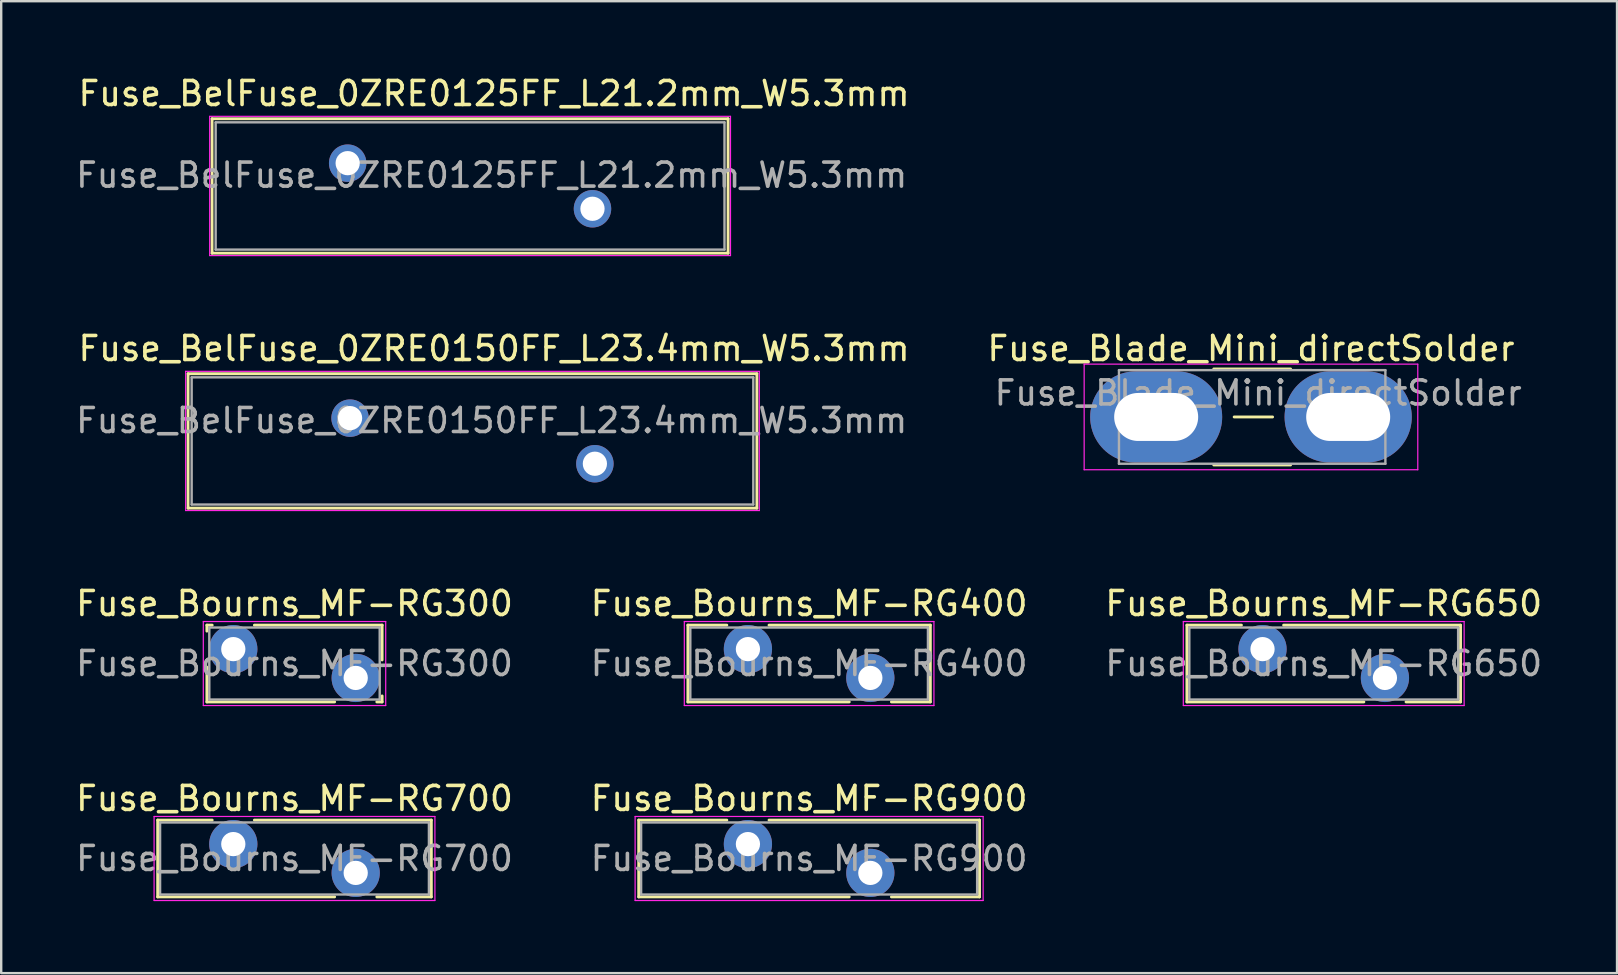
<source format=kicad_pcb>
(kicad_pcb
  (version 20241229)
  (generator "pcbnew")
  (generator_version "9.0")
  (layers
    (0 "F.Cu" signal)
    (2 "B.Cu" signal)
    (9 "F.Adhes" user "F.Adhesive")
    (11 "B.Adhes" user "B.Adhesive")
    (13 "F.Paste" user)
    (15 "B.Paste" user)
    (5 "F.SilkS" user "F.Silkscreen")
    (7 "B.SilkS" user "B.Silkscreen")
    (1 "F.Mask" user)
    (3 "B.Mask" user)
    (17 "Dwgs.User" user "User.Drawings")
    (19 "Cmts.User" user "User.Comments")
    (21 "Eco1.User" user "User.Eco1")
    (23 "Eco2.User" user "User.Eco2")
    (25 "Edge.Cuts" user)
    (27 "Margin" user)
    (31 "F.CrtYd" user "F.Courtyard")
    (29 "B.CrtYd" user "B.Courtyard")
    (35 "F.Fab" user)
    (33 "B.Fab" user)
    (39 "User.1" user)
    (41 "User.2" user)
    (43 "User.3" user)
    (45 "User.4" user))
  (footprint "Fuse_BelFuse_0ZRE0125FF_L21.2mm_W5.3mm"
    (layer "F.Cu")
    (at 11.435 3.748)
    (property "Reference" "Fuse_BelFuse_0ZRE0125FF_L21.2mm_W5.3mm" (at 6.1 -2.9 0) (layer "F.SilkS") (effects (font (size 1 1) (thickness 0.15))))
    (attr through_hole)
    (fp_line (start -5.65 -1.85) (end -5.65 3.75) (stroke (width 0.12) (type solid)) (layer "F.SilkS"))
    (fp_line (start -5.65 -1.85) (end 15.85 -1.85) (stroke (width 0.12) (type solid)) (layer "F.SilkS"))
    (fp_line (start -5.65 3.75) (end 15.85 3.75) (stroke (width 0.12) (type solid)) (layer "F.SilkS"))
    (fp_line (start 15.85 -1.85) (end 15.85 3.75) (stroke (width 0.12) (type solid)) (layer "F.SilkS"))
    (fp_line (start -5.75 -1.95) (end -5.75 3.85) (stroke (width 0.05) (type solid)) (layer "F.CrtYd"))
    (fp_line (start -5.75 -1.95) (end 15.95 -1.95) (stroke (width 0.05) (type solid)) (layer "F.CrtYd"))
    (fp_line (start -5.75 3.85) (end 15.95 3.85) (stroke (width 0.05) (type solid)) (layer "F.CrtYd"))
    (fp_line (start 15.95 -1.95) (end 15.95 3.85) (stroke (width 0.05) (type solid)) (layer "F.CrtYd"))
    (fp_line (start -5.5 -1.7) (end -5.5 3.6) (stroke (width 0.1) (type solid)) (layer "F.Fab"))
    (fp_line (start -5.5 -1.7) (end 15.7 -1.7) (stroke (width 0.1) (type solid)) (layer "F.Fab"))
    (fp_line (start -5.5 3.6) (end 15.7 3.6) (stroke (width 0.1) (type solid)) (layer "F.Fab"))
    (fp_line (start 15.7 -1.7) (end 15.7 3.6) (stroke (width 0.1) (type solid)) (layer "F.Fab"))
    (fp_text user "${REFERENCE}" (at 6 0.5 0) (layer "F.Fab") (effects (font (size 1 1) (thickness 0.15))))
    (pad "1" thru_hole circle (at 0 0) (size 1.56 1.56) (drill 1.01) (layers "*.Cu" "*.Mask"))
    (pad "2" thru_hole circle (at 10.2 1.9) (size 1.56 1.56) (drill 1.01) (layers "*.Cu" "*.Mask")))
  (footprint "Fuse_Bourns_MF-RG900"
    (layer "F.Cu")
    (at 28.111 32.118)
    (property "Reference" "Fuse_Bourns_MF-RG900" (at 2.55 -1.9 0) (layer "F.SilkS") (effects (font (size 1 1) (thickness 0.15))))
    (attr through_hole)
    (fp_line (start -4.55 -1) (end -4.55 2.2) (stroke (width 0.12) (type solid)) (layer "F.SilkS"))
    (fp_line (start -4.55 -1) (end -0.879 -1) (stroke (width 0.12) (type solid)) (layer "F.SilkS"))
    (fp_line (start -4.55 2.2) (end 4.222 2.2) (stroke (width 0.12) (type solid)) (layer "F.SilkS"))
    (fp_line (start 0.879 -1) (end 9.65 -1) (stroke (width 0.12) (type solid)) (layer "F.SilkS"))
    (fp_line (start 5.979 2.2) (end 9.65 2.2) (stroke (width 0.12) (type solid)) (layer "F.SilkS"))
    (fp_line (start 9.65 -1) (end 9.65 2.2) (stroke (width 0.12) (type solid)) (layer "F.SilkS"))
    (fp_line (start -4.7 -1.15) (end -4.7 2.35) (stroke (width 0.05) (type solid)) (layer "F.CrtYd"))
    (fp_line (start -4.7 2.35) (end 9.8 2.35) (stroke (width 0.05) (type solid)) (layer "F.CrtYd"))
    (fp_line (start 9.8 -1.15) (end -4.7 -1.15) (stroke (width 0.05) (type solid)) (layer "F.CrtYd"))
    (fp_line (start 9.8 2.35) (end 9.8 -1.15) (stroke (width 0.05) (type solid)) (layer "F.CrtYd"))
    (fp_line (start -4.45 -0.9) (end -4.45 2.1) (stroke (width 0.1) (type solid)) (layer "F.Fab"))
    (fp_line (start -4.45 2.1) (end 9.55 2.1) (stroke (width 0.1) (type solid)) (layer "F.Fab"))
    (fp_line (start 9.55 -0.9) (end -4.45 -0.9) (stroke (width 0.1) (type solid)) (layer "F.Fab"))
    (fp_line (start 9.55 2.1) (end 9.55 -0.9) (stroke (width 0.1) (type solid)) (layer "F.Fab"))
    (fp_text user "${REFERENCE}" (at 2.55 0.6 0) (layer "F.Fab") (effects (font (size 1 1) (thickness 0.15))))
    (pad "1" thru_hole circle (at 0 0) (size 2.01 2.01) (drill 1.01) (layers "*.Cu" "*.Mask"))
    (pad "2" thru_hole circle (at 5.1 1.2) (size 2.01 2.01) (drill 1.01) (layers "*.Cu" "*.Mask")))
  (footprint "Fuse_Bourns_MF-RG400"
    (layer "F.Cu")
    (at 28.111 23.995)
    (property "Reference" "Fuse_Bourns_MF-RG400" (at 2.55 -1.9 0) (layer "F.SilkS") (effects (font (size 1 1) (thickness 0.15))))
    (attr through_hole)
    (fp_line (start -2.501 -1) (end -2.501 2.2) (stroke (width 0.12) (type solid)) (layer "F.SilkS"))
    (fp_line (start -2.501 -1) (end -0.879 -1) (stroke (width 0.12) (type solid)) (layer "F.SilkS"))
    (fp_line (start -2.501 2.2) (end 4.222 2.2) (stroke (width 0.12) (type solid)) (layer "F.SilkS"))
    (fp_line (start 0.879 -1) (end 7.6 -1) (stroke (width 0.12) (type solid)) (layer "F.SilkS"))
    (fp_line (start 5.979 2.2) (end 7.6 2.2) (stroke (width 0.12) (type solid)) (layer "F.SilkS"))
    (fp_line (start 7.6 -1) (end 7.6 2.2) (stroke (width 0.12) (type solid)) (layer "F.SilkS"))
    (fp_line (start -2.65 -1.15) (end -2.65 2.35) (stroke (width 0.05) (type solid)) (layer "F.CrtYd"))
    (fp_line (start -2.65 2.35) (end 7.75 2.35) (stroke (width 0.05) (type solid)) (layer "F.CrtYd"))
    (fp_line (start 7.75 -1.15) (end -2.65 -1.15) (stroke (width 0.05) (type solid)) (layer "F.CrtYd"))
    (fp_line (start 7.75 2.35) (end 7.75 -1.15) (stroke (width 0.05) (type solid)) (layer "F.CrtYd"))
    (fp_line (start -2.4 -0.9) (end -2.4 2.1) (stroke (width 0.1) (type solid)) (layer "F.Fab"))
    (fp_line (start -2.4 2.1) (end 7.5 2.1) (stroke (width 0.1) (type solid)) (layer "F.Fab"))
    (fp_line (start 7.5 -0.9) (end -2.4 -0.9) (stroke (width 0.1) (type solid)) (layer "F.Fab"))
    (fp_line (start 7.5 2.1) (end 7.5 -0.9) (stroke (width 0.1) (type solid)) (layer "F.Fab"))
    (fp_text user "${REFERENCE}" (at 2.55 0.6 0) (layer "F.Fab") (effects (font (size 1 1) (thickness 0.15))))
    (pad "1" thru_hole circle (at 0 0) (size 2.01 2.01) (drill 1.01) (layers "*.Cu" "*.Mask"))
    (pad "2" thru_hole circle (at 5.1 1.2) (size 2.01 2.01) (drill 1.01) (layers "*.Cu" "*.Mask")))
  (footprint "Fuse_Blade_Mini_directSolder"
    (layer "F.Cu")
    (at 45.12 14.322)
    (property "Reference" "Fuse_Blade_Mini_directSolder" (at 3.95 -2.85 0) (layer "F.SilkS") (effects (font (size 1 1) (thickness 0.15))))
    (attr through_hole)
    (fp_line (start 2.4 -2) (end 5.6 -2) (stroke (width 0.12) (type solid)) (layer "F.SilkS"))
    (fp_line (start 3.25 0) (end 4.85 0) (stroke (width 0.12) (type solid)) (layer "F.SilkS"))
    (fp_line (start 5.6 2) (end 2.4 2) (stroke (width 0.12) (type solid)) (layer "F.SilkS"))
    (fp_line (start -3 -2.2) (end -3 2.2) (stroke (width 0.05) (type solid)) (layer "F.CrtYd"))
    (fp_line (start -3 -2.2) (end 10.9 -2.2) (stroke (width 0.05) (type solid)) (layer "F.CrtYd"))
    (fp_line (start 10.9 2.2) (end -3 2.2) (stroke (width 0.05) (type solid)) (layer "F.CrtYd"))
    (fp_line (start 10.9 2.2) (end 10.9 -2.2) (stroke (width 0.05) (type solid)) (layer "F.CrtYd"))
    (fp_line (start -1.55 -1.95) (end 9.55 -1.95) (stroke (width 0.1) (type solid)) (layer "F.Fab"))
    (fp_line (start -1.55 1.95) (end -1.55 -1.95) (stroke (width 0.1) (type solid)) (layer "F.Fab"))
    (fp_line (start 9.55 -1.95) (end 9.55 1.95) (stroke (width 0.1) (type solid)) (layer "F.Fab"))
    (fp_line (start 9.55 1.95) (end -1.55 1.95) (stroke (width 0.1) (type solid)) (layer "F.Fab"))
    (fp_text user "${REFERENCE}" (at 4.25 -1 0) (layer "F.Fab") (effects (font (size 1 1) (thickness 0.15))))
    (pad "1" thru_hole oval (at 0 0) (size 5.5 3.8) (drill oval 3.5 2) (layers "*.Cu" "*.Mask"))
    (pad "2" thru_hole oval (at 8 0) (size 5.3 3.8) (drill oval 3.5 2) (layers "*.Cu" "*.Mask")))
  (footprint "Fuse_Bourns_MF-RG300"
    (layer "F.Cu")
    (at 6.67 23.995)
    (property "Reference" "Fuse_Bourns_MF-RG300" (at 2.55 -1.9 0) (layer "F.SilkS") (effects (font (size 1 1) (thickness 0.15))))
    (attr through_hole)
    (fp_line (start -1.1 -1) (end -1.1 -0.75) (stroke (width 0.12) (type solid)) (layer "F.SilkS"))
    (fp_line (start -1.1 -1) (end -0.879 -1) (stroke (width 0.12) (type solid)) (layer "F.SilkS"))
    (fp_line (start -1.1 0.75) (end -1.1 2.2) (stroke (width 0.12) (type solid)) (layer "F.SilkS"))
    (fp_line (start -1.1 2.2) (end 4.222 2.2) (stroke (width 0.12) (type solid)) (layer "F.SilkS"))
    (fp_line (start 0.879 -1) (end 6.2 -1) (stroke (width 0.12) (type solid)) (layer "F.SilkS"))
    (fp_line (start 5.979 2.2) (end 6.2 2.2) (stroke (width 0.12) (type solid)) (layer "F.SilkS"))
    (fp_line (start 6.2 -1) (end 6.2 0.451) (stroke (width 0.12) (type solid)) (layer "F.SilkS"))
    (fp_line (start 6.2 1.95) (end 6.2 2.2) (stroke (width 0.12) (type solid)) (layer "F.SilkS"))
    (fp_line (start -1.25 -1.15) (end -1.25 2.35) (stroke (width 0.05) (type solid)) (layer "F.CrtYd"))
    (fp_line (start -1.25 2.35) (end 6.35 2.35) (stroke (width 0.05) (type solid)) (layer "F.CrtYd"))
    (fp_line (start 6.35 -1.15) (end -1.25 -1.15) (stroke (width 0.05) (type solid)) (layer "F.CrtYd"))
    (fp_line (start 6.35 2.35) (end 6.35 -1.15) (stroke (width 0.05) (type solid)) (layer "F.CrtYd"))
    (fp_line (start -1 -0.9) (end -1 2.1) (stroke (width 0.1) (type solid)) (layer "F.Fab"))
    (fp_line (start -1 2.1) (end 6.1 2.1) (stroke (width 0.1) (type solid)) (layer "F.Fab"))
    (fp_line (start 6.1 -0.9) (end -1 -0.9) (stroke (width 0.1) (type solid)) (layer "F.Fab"))
    (fp_line (start 6.1 2.1) (end 6.1 -0.9) (stroke (width 0.1) (type solid)) (layer "F.Fab"))
    (fp_text user "${REFERENCE}" (at 2.55 0.6 0) (layer "F.Fab") (effects (font (size 1 1) (thickness 0.15))))
    (pad "1" thru_hole circle (at 0 0) (size 2.01 2.01) (drill 1.01) (layers "*.Cu" "*.Mask"))
    (pad "2" thru_hole circle (at 5.1 1.2) (size 2.01 2.01) (drill 1.01) (layers "*.Cu" "*.Mask")))
  (footprint "Fuse_Bourns_MF-RG650"
    (layer "F.Cu")
    (at 49.551 23.995)
    (property "Reference" "Fuse_Bourns_MF-RG650" (at 2.55 -1.9 0) (layer "F.SilkS") (effects (font (size 1 1) (thickness 0.15))))
    (attr through_hole)
    (fp_line (start -3.15 -1) (end -3.15 2.2) (stroke (width 0.12) (type solid)) (layer "F.SilkS"))
    (fp_line (start -3.15 -1) (end -0.879 -1) (stroke (width 0.12) (type solid)) (layer "F.SilkS"))
    (fp_line (start -3.15 2.2) (end 4.222 2.2) (stroke (width 0.12) (type solid)) (layer "F.SilkS"))
    (fp_line (start 0.879 -1) (end 8.25 -1) (stroke (width 0.12) (type solid)) (layer "F.SilkS"))
    (fp_line (start 5.979 2.2) (end 8.25 2.2) (stroke (width 0.12) (type solid)) (layer "F.SilkS"))
    (fp_line (start 8.25 -1) (end 8.25 2.2) (stroke (width 0.12) (type solid)) (layer "F.SilkS"))
    (fp_line (start -3.3 -1.15) (end -3.3 2.35) (stroke (width 0.05) (type solid)) (layer "F.CrtYd"))
    (fp_line (start -3.3 2.35) (end 8.4 2.35) (stroke (width 0.05) (type solid)) (layer "F.CrtYd"))
    (fp_line (start 8.4 -1.15) (end -3.3 -1.15) (stroke (width 0.05) (type solid)) (layer "F.CrtYd"))
    (fp_line (start 8.4 2.35) (end 8.4 -1.15) (stroke (width 0.05) (type solid)) (layer "F.CrtYd"))
    (fp_line (start -3.05 -0.9) (end -3.05 2.1) (stroke (width 0.1) (type solid)) (layer "F.Fab"))
    (fp_line (start -3.05 2.1) (end 8.15 2.1) (stroke (width 0.1) (type solid)) (layer "F.Fab"))
    (fp_line (start 8.15 -0.9) (end -3.05 -0.9) (stroke (width 0.1) (type solid)) (layer "F.Fab"))
    (fp_line (start 8.15 2.1) (end 8.15 -0.9) (stroke (width 0.1) (type solid)) (layer "F.Fab"))
    (fp_text user "${REFERENCE}" (at 2.55 0.6 0) (layer "F.Fab") (effects (font (size 1 1) (thickness 0.15))))
    (pad "1" thru_hole circle (at 0 0) (size 2.01 2.01) (drill 1.01) (layers "*.Cu" "*.Mask"))
    (pad "2" thru_hole circle (at 5.1 1.2) (size 2.01 2.01) (drill 1.01) (layers "*.Cu" "*.Mask")))
  (footprint "Fuse_Bourns_MF-RG700"
    (layer "F.Cu")
    (at 6.67 32.118)
    (property "Reference" "Fuse_Bourns_MF-RG700" (at 2.55 -1.9 0) (layer "F.SilkS") (effects (font (size 1 1) (thickness 0.15))))
    (attr through_hole)
    (fp_line (start -3.15 -1) (end -3.15 2.2) (stroke (width 0.12) (type solid)) (layer "F.SilkS"))
    (fp_line (start -3.15 -1) (end -0.879 -1) (stroke (width 0.12) (type solid)) (layer "F.SilkS"))
    (fp_line (start -3.15 2.2) (end 4.222 2.2) (stroke (width 0.12) (type solid)) (layer "F.SilkS"))
    (fp_line (start 0.879 -1) (end 8.25 -1) (stroke (width 0.12) (type solid)) (layer "F.SilkS"))
    (fp_line (start 5.979 2.2) (end 8.25 2.2) (stroke (width 0.12) (type solid)) (layer "F.SilkS"))
    (fp_line (start 8.25 -1) (end 8.25 2.2) (stroke (width 0.12) (type solid)) (layer "F.SilkS"))
    (fp_line (start -3.3 -1.15) (end -3.3 2.35) (stroke (width 0.05) (type solid)) (layer "F.CrtYd"))
    (fp_line (start -3.3 2.35) (end 8.4 2.35) (stroke (width 0.05) (type solid)) (layer "F.CrtYd"))
    (fp_line (start 8.4 -1.15) (end -3.3 -1.15) (stroke (width 0.05) (type solid)) (layer "F.CrtYd"))
    (fp_line (start 8.4 2.35) (end 8.4 -1.15) (stroke (width 0.05) (type solid)) (layer "F.CrtYd"))
    (fp_line (start -3.05 -0.9) (end -3.05 2.1) (stroke (width 0.1) (type solid)) (layer "F.Fab"))
    (fp_line (start -3.05 2.1) (end 8.15 2.1) (stroke (width 0.1) (type solid)) (layer "F.Fab"))
    (fp_line (start 8.15 -0.9) (end -3.05 -0.9) (stroke (width 0.1) (type solid)) (layer "F.Fab"))
    (fp_line (start 8.15 2.1) (end 8.15 -0.9) (stroke (width 0.1) (type solid)) (layer "F.Fab"))
    (fp_text user "${REFERENCE}" (at 2.55 0.6 0) (layer "F.Fab") (effects (font (size 1 1) (thickness 0.15))))
    (pad "1" thru_hole circle (at 0 0) (size 2.01 2.01) (drill 1.01) (layers "*.Cu" "*.Mask"))
    (pad "2" thru_hole circle (at 5.1 1.2) (size 2.01 2.01) (drill 1.01) (layers "*.Cu" "*.Mask")))
  (footprint "Fuse_BelFuse_0ZRE0150FF_L23.4mm_W5.3mm"
    (layer "F.Cu")
    (at 11.535 14.371)
    (property "Reference" "Fuse_BelFuse_0ZRE0150FF_L23.4mm_W5.3mm" (at 6 -2.9 0) (layer "F.SilkS") (effects (font (size 1 1) (thickness 0.15))))
    (attr through_hole)
    (fp_line (start -6.75 -1.85) (end -6.75 3.75) (stroke (width 0.12) (type solid)) (layer "F.SilkS"))
    (fp_line (start -6.75 -1.85) (end 16.95 -1.85) (stroke (width 0.12) (type solid)) (layer "F.SilkS"))
    (fp_line (start -6.75 3.75) (end 16.95 3.75) (stroke (width 0.12) (type solid)) (layer "F.SilkS"))
    (fp_line (start 16.95 -1.85) (end 16.95 3.75) (stroke (width 0.12) (type solid)) (layer "F.SilkS"))
    (fp_line (start -6.85 -1.95) (end -6.85 3.85) (stroke (width 0.05) (type solid)) (layer "F.CrtYd"))
    (fp_line (start -6.85 -1.95) (end 17.05 -1.95) (stroke (width 0.05) (type solid)) (layer "F.CrtYd"))
    (fp_line (start -6.85 3.85) (end 17.05 3.85) (stroke (width 0.05) (type solid)) (layer "F.CrtYd"))
    (fp_line (start 17.05 -1.95) (end 17.05 3.85) (stroke (width 0.05) (type solid)) (layer "F.CrtYd"))
    (fp_line (start -6.6 -1.7) (end -6.6 3.6) (stroke (width 0.1) (type solid)) (layer "F.Fab"))
    (fp_line (start -6.6 -1.7) (end 16.8 -1.7) (stroke (width 0.1) (type solid)) (layer "F.Fab"))
    (fp_line (start -6.6 3.6) (end 16.8 3.6) (stroke (width 0.1) (type solid)) (layer "F.Fab"))
    (fp_line (start 16.8 -1.7) (end 16.8 3.6) (stroke (width 0.1) (type solid)) (layer "F.Fab"))
    (fp_text user "${REFERENCE}" (at 5.9 0.1 0) (layer "F.Fab") (effects (font (size 1 1) (thickness 0.15))))
    (pad "1" thru_hole circle (at 0 0) (size 1.56 1.56) (drill 1.01) (layers "*.Cu" "*.Mask"))
    (pad "2" thru_hole circle (at 10.2 1.9) (size 1.56 1.56) (drill 1.01) (layers "*.Cu" "*.Mask")))
  (gr_rect
    (start -3 -3)
    (end 64.321 37.493)
    (stroke (width 0.1) (type default))
    (fill no)
    (layer "Edge.Cuts")))
</source>
